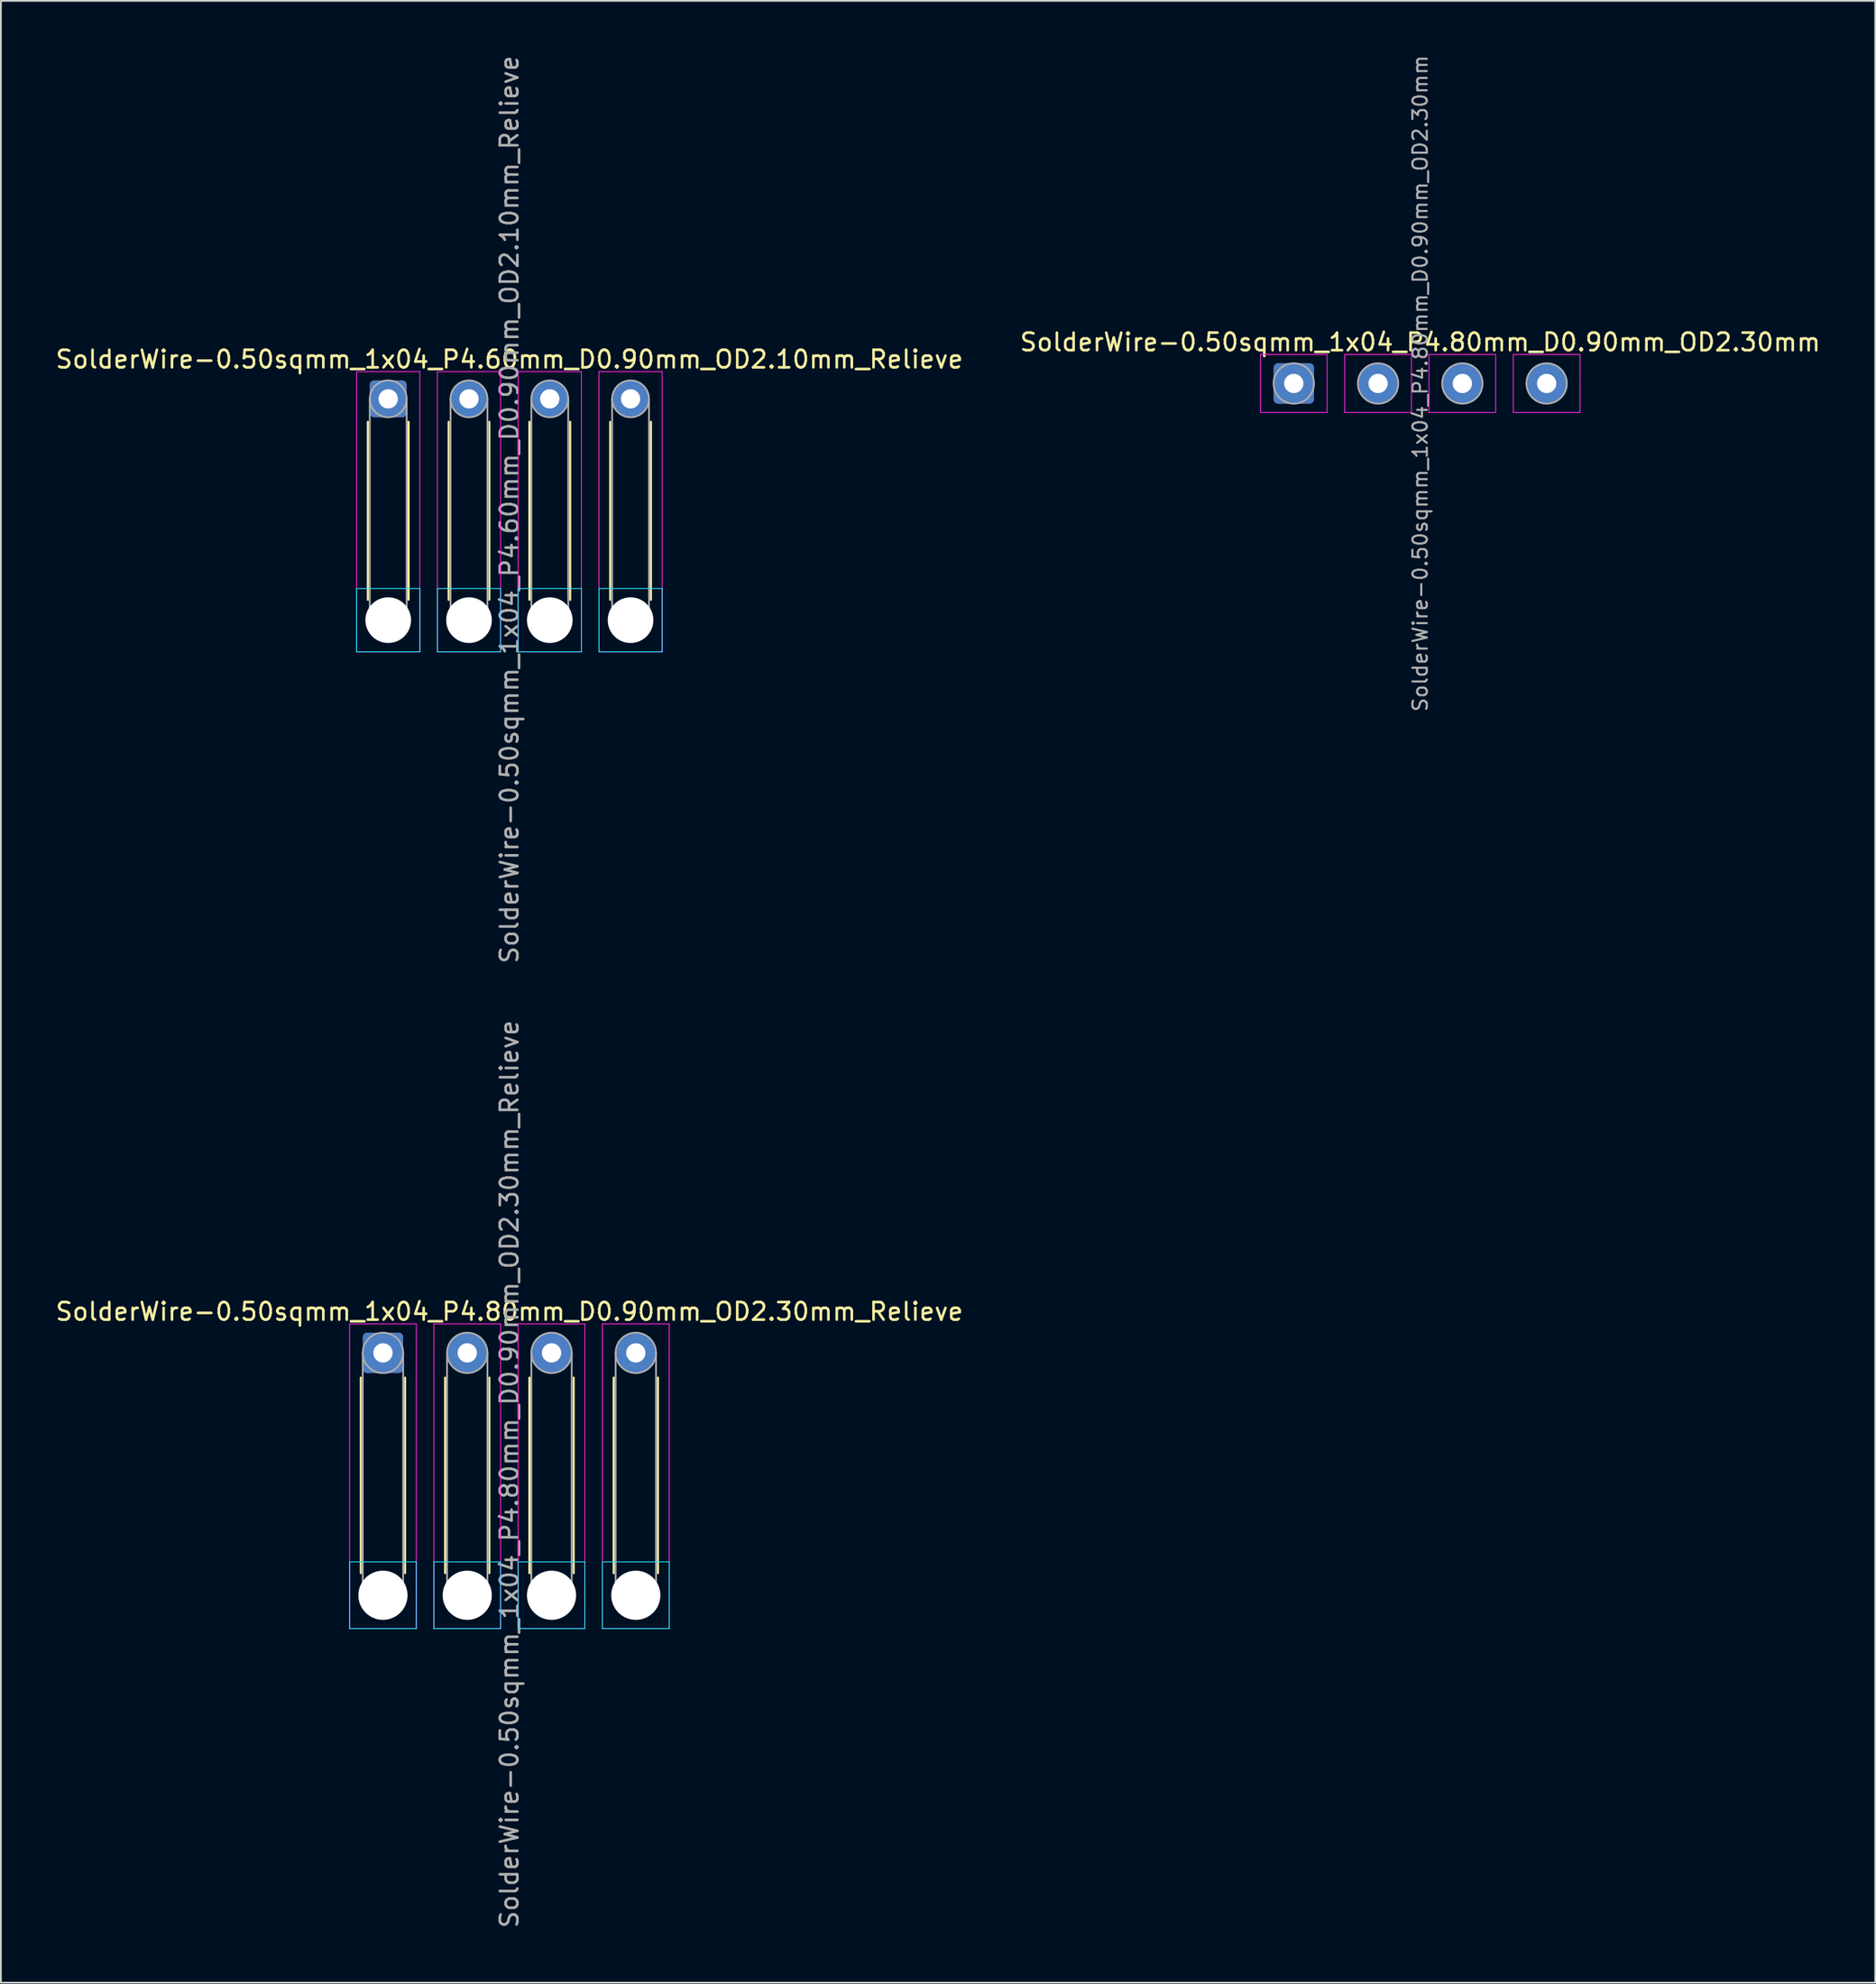
<source format=kicad_pcb>
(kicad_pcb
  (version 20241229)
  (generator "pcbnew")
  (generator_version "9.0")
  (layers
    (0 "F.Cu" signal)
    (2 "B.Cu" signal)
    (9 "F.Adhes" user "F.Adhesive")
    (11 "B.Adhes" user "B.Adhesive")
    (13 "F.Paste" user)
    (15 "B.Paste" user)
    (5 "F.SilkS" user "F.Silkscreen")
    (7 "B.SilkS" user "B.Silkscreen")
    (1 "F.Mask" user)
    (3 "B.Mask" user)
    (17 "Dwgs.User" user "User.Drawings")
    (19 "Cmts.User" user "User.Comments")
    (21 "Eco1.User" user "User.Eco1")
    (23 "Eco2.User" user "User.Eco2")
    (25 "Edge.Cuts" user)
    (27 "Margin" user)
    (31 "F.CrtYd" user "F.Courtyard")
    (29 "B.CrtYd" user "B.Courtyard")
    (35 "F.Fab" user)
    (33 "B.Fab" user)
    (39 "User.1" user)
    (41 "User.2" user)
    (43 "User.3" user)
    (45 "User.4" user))
  (footprint "SolderWire-0.50sqmm_1x04_P4.60mm_D0.90mm_OD2.10mm_Relieve"
    (layer "F.Cu")
    (at 19.058 19.658)
    (property "Reference" "SolderWire-0.50sqmm_1x04_P4.60mm_D0.90mm_OD2.10mm_Relieve" (at 6.9 -2.25 0) (layer "F.SilkS") (effects (font (size 1 1) (thickness 0.15))))
    (attr exclude_from_pos_files exclude_from_bom)
    (fp_line (start -1.16 1.31) (end -1.16 11.44) (stroke (width 0.12) (type solid)) (layer "F.SilkS"))
    (fp_line (start 1.16 1.31) (end 1.16 11.44) (stroke (width 0.12) (type solid)) (layer "F.SilkS"))
    (fp_line (start 3.44 1.31) (end 3.44 11.44) (stroke (width 0.12) (type solid)) (layer "F.SilkS"))
    (fp_line (start 5.76 1.31) (end 5.76 11.44) (stroke (width 0.12) (type solid)) (layer "F.SilkS"))
    (fp_line (start 8.04 1.31) (end 8.04 11.44) (stroke (width 0.12) (type solid)) (layer "F.SilkS"))
    (fp_line (start 10.36 1.31) (end 10.36 11.44) (stroke (width 0.12) (type solid)) (layer "F.SilkS"))
    (fp_line (start 12.64 1.31) (end 12.64 11.44) (stroke (width 0.12) (type solid)) (layer "F.SilkS"))
    (fp_line (start 14.96 1.31) (end 14.96 11.44) (stroke (width 0.12) (type solid)) (layer "F.SilkS"))
    (fp_line (start -1.8 10.8) (end -1.8 14.4) (stroke (width 0.05) (type solid)) (layer "B.CrtYd"))
    (fp_line (start -1.8 14.4) (end 1.8 14.4) (stroke (width 0.05) (type solid)) (layer "B.CrtYd"))
    (fp_line (start 1.8 10.8) (end -1.8 10.8) (stroke (width 0.05) (type solid)) (layer "B.CrtYd"))
    (fp_line (start 1.8 14.4) (end 1.8 10.8) (stroke (width 0.05) (type solid)) (layer "B.CrtYd"))
    (fp_line (start 2.8 10.8) (end 2.8 14.4) (stroke (width 0.05) (type solid)) (layer "B.CrtYd"))
    (fp_line (start 2.8 14.4) (end 6.4 14.4) (stroke (width 0.05) (type solid)) (layer "B.CrtYd"))
    (fp_line (start 6.4 10.8) (end 2.8 10.8) (stroke (width 0.05) (type solid)) (layer "B.CrtYd"))
    (fp_line (start 6.4 14.4) (end 6.4 10.8) (stroke (width 0.05) (type solid)) (layer "B.CrtYd"))
    (fp_line (start 7.4 10.8) (end 7.4 14.4) (stroke (width 0.05) (type solid)) (layer "B.CrtYd"))
    (fp_line (start 7.4 14.4) (end 11 14.4) (stroke (width 0.05) (type solid)) (layer "B.CrtYd"))
    (fp_line (start 11 10.8) (end 7.4 10.8) (stroke (width 0.05) (type solid)) (layer "B.CrtYd"))
    (fp_line (start 11 14.4) (end 11 10.8) (stroke (width 0.05) (type solid)) (layer "B.CrtYd"))
    (fp_line (start 12 10.8) (end 12 14.4) (stroke (width 0.05) (type solid)) (layer "B.CrtYd"))
    (fp_line (start 12 14.4) (end 15.6 14.4) (stroke (width 0.05) (type solid)) (layer "B.CrtYd"))
    (fp_line (start 15.6 10.8) (end 12 10.8) (stroke (width 0.05) (type solid)) (layer "B.CrtYd"))
    (fp_line (start 15.6 14.4) (end 15.6 10.8) (stroke (width 0.05) (type solid)) (layer "B.CrtYd"))
    (fp_line (start -1.8 -1.55) (end -1.8 14.4) (stroke (width 0.05) (type solid)) (layer "F.CrtYd"))
    (fp_line (start -1.8 14.4) (end 1.8 14.4) (stroke (width 0.05) (type solid)) (layer "F.CrtYd"))
    (fp_line (start 1.8 -1.55) (end -1.8 -1.55) (stroke (width 0.05) (type solid)) (layer "F.CrtYd"))
    (fp_line (start 1.8 14.4) (end 1.8 -1.55) (stroke (width 0.05) (type solid)) (layer "F.CrtYd"))
    (fp_line (start 2.8 -1.55) (end 2.8 14.4) (stroke (width 0.05) (type solid)) (layer "F.CrtYd"))
    (fp_line (start 2.8 14.4) (end 6.4 14.4) (stroke (width 0.05) (type solid)) (layer "F.CrtYd"))
    (fp_line (start 6.4 -1.55) (end 2.8 -1.55) (stroke (width 0.05) (type solid)) (layer "F.CrtYd"))
    (fp_line (start 6.4 14.4) (end 6.4 -1.55) (stroke (width 0.05) (type solid)) (layer "F.CrtYd"))
    (fp_line (start 7.4 -1.55) (end 7.4 14.4) (stroke (width 0.05) (type solid)) (layer "F.CrtYd"))
    (fp_line (start 7.4 14.4) (end 11 14.4) (stroke (width 0.05) (type solid)) (layer "F.CrtYd"))
    (fp_line (start 11 -1.55) (end 7.4 -1.55) (stroke (width 0.05) (type solid)) (layer "F.CrtYd"))
    (fp_line (start 11 14.4) (end 11 -1.55) (stroke (width 0.05) (type solid)) (layer "F.CrtYd"))
    (fp_line (start 12 -1.55) (end 12 14.4) (stroke (width 0.05) (type solid)) (layer "F.CrtYd"))
    (fp_line (start 12 14.4) (end 15.6 14.4) (stroke (width 0.05) (type solid)) (layer "F.CrtYd"))
    (fp_line (start 15.6 -1.55) (end 12 -1.55) (stroke (width 0.05) (type solid)) (layer "F.CrtYd"))
    (fp_line (start 15.6 14.4) (end 15.6 -1.55) (stroke (width 0.05) (type solid)) (layer "F.CrtYd"))
    (fp_line (start -1.05 0) (end -1.05 12.6) (stroke (width 0.1) (type solid)) (layer "F.Fab"))
    (fp_line (start 1.05 0) (end 1.05 12.6) (stroke (width 0.1) (type solid)) (layer "F.Fab"))
    (fp_line (start 3.55 0) (end 3.55 12.6) (stroke (width 0.1) (type solid)) (layer "F.Fab"))
    (fp_line (start 5.65 0) (end 5.65 12.6) (stroke (width 0.1) (type solid)) (layer "F.Fab"))
    (fp_line (start 8.15 0) (end 8.15 12.6) (stroke (width 0.1) (type solid)) (layer "F.Fab"))
    (fp_line (start 10.25 0) (end 10.25 12.6) (stroke (width 0.1) (type solid)) (layer "F.Fab"))
    (fp_line (start 12.75 0) (end 12.75 12.6) (stroke (width 0.1) (type solid)) (layer "F.Fab"))
    (fp_line (start 14.85 0) (end 14.85 12.6) (stroke (width 0.1) (type solid)) (layer "F.Fab"))
    (fp_circle (center 0 0) (end 1.05 0) (stroke (width 0.1) (type solid)) (fill no) (layer "F.Fab"))
    (fp_circle (center 0 12.6) (end 1.05 12.6) (stroke (width 0.1) (type solid)) (fill no) (layer "F.Fab"))
    (fp_circle (center 4.6 0) (end 5.65 0) (stroke (width 0.1) (type solid)) (fill no) (layer "F.Fab"))
    (fp_circle (center 4.6 12.6) (end 5.65 12.6) (stroke (width 0.1) (type solid)) (fill no) (layer "F.Fab"))
    (fp_circle (center 9.2 0) (end 10.25 0) (stroke (width 0.1) (type solid)) (fill no) (layer "F.Fab"))
    (fp_circle (center 9.2 12.6) (end 10.25 12.6) (stroke (width 0.1) (type solid)) (fill no) (layer "F.Fab"))
    (fp_circle (center 13.8 0) (end 14.85 0) (stroke (width 0.1) (type solid)) (fill no) (layer "F.Fab"))
    (fp_circle (center 13.8 12.6) (end 14.85 12.6) (stroke (width 0.1) (type solid)) (fill no) (layer "F.Fab"))
    (fp_text user "${REFERENCE}" (at 6.9 6.3 90) (layer "F.Fab") (effects (font (size 1 1) (thickness 0.15))))
    (pad "" np_thru_hole circle (at 0 12.6) (size 2.6 2.6) (drill 2.6) (layers "*.Cu" "*.Mask"))
    (pad "" np_thru_hole circle (at 4.6 12.6) (size 2.6 2.6) (drill 2.6) (layers "*.Cu" "*.Mask"))
    (pad "" np_thru_hole circle (at 9.2 12.6) (size 2.6 2.6) (drill 2.6) (layers "*.Cu" "*.Mask"))
    (pad "" np_thru_hole circle (at 13.8 12.6) (size 2.6 2.6) (drill 2.6) (layers "*.Cu" "*.Mask"))
    (pad "1" thru_hole roundrect (at 0 0) (size 2.1 2.1) (drill 1.1) (layers "*.Cu" "*.Mask") (roundrect_rratio 0.119))
    (pad "2" thru_hole circle (at 4.6 0) (size 2.1 2.1) (drill 1.1) (layers "*.Cu" "*.Mask"))
    (pad "3" thru_hole circle (at 9.2 0) (size 2.1 2.1) (drill 1.1) (layers "*.Cu" "*.Mask"))
    (pad "4" thru_hole circle (at 13.8 0) (size 2.1 2.1) (drill 1.1) (layers "*.Cu" "*.Mask")))
  (footprint "SolderWire-0.50sqmm_1x04_P4.80mm_D0.90mm_OD2.30mm_Relieve"
    (layer "F.Cu")
    (at 18.758 73.975)
    (property "Reference" "SolderWire-0.50sqmm_1x04_P4.80mm_D0.90mm_OD2.30mm_Relieve" (at 7.2 -2.35 0) (layer "F.SilkS") (effects (font (size 1 1) (thickness 0.15))))
    (attr exclude_from_pos_files exclude_from_bom)
    (fp_line (start -1.26 1.41) (end -1.26 12.54) (stroke (width 0.12) (type solid)) (layer "F.SilkS"))
    (fp_line (start 1.26 1.41) (end 1.26 12.54) (stroke (width 0.12) (type solid)) (layer "F.SilkS"))
    (fp_line (start 3.54 1.41) (end 3.54 12.54) (stroke (width 0.12) (type solid)) (layer "F.SilkS"))
    (fp_line (start 6.06 1.41) (end 6.06 12.54) (stroke (width 0.12) (type solid)) (layer "F.SilkS"))
    (fp_line (start 8.34 1.41) (end 8.34 12.54) (stroke (width 0.12) (type solid)) (layer "F.SilkS"))
    (fp_line (start 10.86 1.41) (end 10.86 12.54) (stroke (width 0.12) (type solid)) (layer "F.SilkS"))
    (fp_line (start 13.14 1.41) (end 13.14 12.54) (stroke (width 0.12) (type solid)) (layer "F.SilkS"))
    (fp_line (start 15.66 1.41) (end 15.66 12.54) (stroke (width 0.12) (type solid)) (layer "F.SilkS"))
    (fp_line (start -1.9 11.9) (end -1.9 15.7) (stroke (width 0.05) (type solid)) (layer "B.CrtYd"))
    (fp_line (start -1.9 15.7) (end 1.9 15.7) (stroke (width 0.05) (type solid)) (layer "B.CrtYd"))
    (fp_line (start 1.9 11.9) (end -1.9 11.9) (stroke (width 0.05) (type solid)) (layer "B.CrtYd"))
    (fp_line (start 1.9 15.7) (end 1.9 11.9) (stroke (width 0.05) (type solid)) (layer "B.CrtYd"))
    (fp_line (start 2.9 11.9) (end 2.9 15.7) (stroke (width 0.05) (type solid)) (layer "B.CrtYd"))
    (fp_line (start 2.9 15.7) (end 6.7 15.7) (stroke (width 0.05) (type solid)) (layer "B.CrtYd"))
    (fp_line (start 6.7 11.9) (end 2.9 11.9) (stroke (width 0.05) (type solid)) (layer "B.CrtYd"))
    (fp_line (start 6.7 15.7) (end 6.7 11.9) (stroke (width 0.05) (type solid)) (layer "B.CrtYd"))
    (fp_line (start 7.7 11.9) (end 7.7 15.7) (stroke (width 0.05) (type solid)) (layer "B.CrtYd"))
    (fp_line (start 7.7 15.7) (end 11.5 15.7) (stroke (width 0.05) (type solid)) (layer "B.CrtYd"))
    (fp_line (start 11.5 11.9) (end 7.7 11.9) (stroke (width 0.05) (type solid)) (layer "B.CrtYd"))
    (fp_line (start 11.5 15.7) (end 11.5 11.9) (stroke (width 0.05) (type solid)) (layer "B.CrtYd"))
    (fp_line (start 12.5 11.9) (end 12.5 15.7) (stroke (width 0.05) (type solid)) (layer "B.CrtYd"))
    (fp_line (start 12.5 15.7) (end 16.3 15.7) (stroke (width 0.05) (type solid)) (layer "B.CrtYd"))
    (fp_line (start 16.3 11.9) (end 12.5 11.9) (stroke (width 0.05) (type solid)) (layer "B.CrtYd"))
    (fp_line (start 16.3 15.7) (end 16.3 11.9) (stroke (width 0.05) (type solid)) (layer "B.CrtYd"))
    (fp_line (start -1.9 -1.65) (end -1.9 15.7) (stroke (width 0.05) (type solid)) (layer "F.CrtYd"))
    (fp_line (start -1.9 15.7) (end 1.9 15.7) (stroke (width 0.05) (type solid)) (layer "F.CrtYd"))
    (fp_line (start 1.9 -1.65) (end -1.9 -1.65) (stroke (width 0.05) (type solid)) (layer "F.CrtYd"))
    (fp_line (start 1.9 15.7) (end 1.9 -1.65) (stroke (width 0.05) (type solid)) (layer "F.CrtYd"))
    (fp_line (start 2.9 -1.65) (end 2.9 15.7) (stroke (width 0.05) (type solid)) (layer "F.CrtYd"))
    (fp_line (start 2.9 15.7) (end 6.7 15.7) (stroke (width 0.05) (type solid)) (layer "F.CrtYd"))
    (fp_line (start 6.7 -1.65) (end 2.9 -1.65) (stroke (width 0.05) (type solid)) (layer "F.CrtYd"))
    (fp_line (start 6.7 15.7) (end 6.7 -1.65) (stroke (width 0.05) (type solid)) (layer "F.CrtYd"))
    (fp_line (start 7.7 -1.65) (end 7.7 15.7) (stroke (width 0.05) (type solid)) (layer "F.CrtYd"))
    (fp_line (start 7.7 15.7) (end 11.5 15.7) (stroke (width 0.05) (type solid)) (layer "F.CrtYd"))
    (fp_line (start 11.5 -1.65) (end 7.7 -1.65) (stroke (width 0.05) (type solid)) (layer "F.CrtYd"))
    (fp_line (start 11.5 15.7) (end 11.5 -1.65) (stroke (width 0.05) (type solid)) (layer "F.CrtYd"))
    (fp_line (start 12.5 -1.65) (end 12.5 15.7) (stroke (width 0.05) (type solid)) (layer "F.CrtYd"))
    (fp_line (start 12.5 15.7) (end 16.3 15.7) (stroke (width 0.05) (type solid)) (layer "F.CrtYd"))
    (fp_line (start 16.3 -1.65) (end 12.5 -1.65) (stroke (width 0.05) (type solid)) (layer "F.CrtYd"))
    (fp_line (start 16.3 15.7) (end 16.3 -1.65) (stroke (width 0.05) (type solid)) (layer "F.CrtYd"))
    (fp_line (start -1.15 0) (end -1.15 13.8) (stroke (width 0.1) (type solid)) (layer "F.Fab"))
    (fp_line (start 1.15 0) (end 1.15 13.8) (stroke (width 0.1) (type solid)) (layer "F.Fab"))
    (fp_line (start 3.65 0) (end 3.65 13.8) (stroke (width 0.1) (type solid)) (layer "F.Fab"))
    (fp_line (start 5.95 0) (end 5.95 13.8) (stroke (width 0.1) (type solid)) (layer "F.Fab"))
    (fp_line (start 8.45 0) (end 8.45 13.8) (stroke (width 0.1) (type solid)) (layer "F.Fab"))
    (fp_line (start 10.75 0) (end 10.75 13.8) (stroke (width 0.1) (type solid)) (layer "F.Fab"))
    (fp_line (start 13.25 0) (end 13.25 13.8) (stroke (width 0.1) (type solid)) (layer "F.Fab"))
    (fp_line (start 15.55 0) (end 15.55 13.8) (stroke (width 0.1) (type solid)) (layer "F.Fab"))
    (fp_circle (center 0 0) (end 1.15 0) (stroke (width 0.1) (type solid)) (fill no) (layer "F.Fab"))
    (fp_circle (center 0 13.8) (end 1.15 13.8) (stroke (width 0.1) (type solid)) (fill no) (layer "F.Fab"))
    (fp_circle (center 4.8 0) (end 5.95 0) (stroke (width 0.1) (type solid)) (fill no) (layer "F.Fab"))
    (fp_circle (center 4.8 13.8) (end 5.95 13.8) (stroke (width 0.1) (type solid)) (fill no) (layer "F.Fab"))
    (fp_circle (center 9.6 0) (end 10.75 0) (stroke (width 0.1) (type solid)) (fill no) (layer "F.Fab"))
    (fp_circle (center 9.6 13.8) (end 10.75 13.8) (stroke (width 0.1) (type solid)) (fill no) (layer "F.Fab"))
    (fp_circle (center 14.4 0) (end 15.55 0) (stroke (width 0.1) (type solid)) (fill no) (layer "F.Fab"))
    (fp_circle (center 14.4 13.8) (end 15.55 13.8) (stroke (width 0.1) (type solid)) (fill no) (layer "F.Fab"))
    (fp_text user "${REFERENCE}" (at 7.2 6.9 90) (layer "F.Fab") (effects (font (size 1 1) (thickness 0.15))))
    (pad "" np_thru_hole circle (at 0 13.8) (size 2.8 2.8) (drill 2.8) (layers "*.Cu" "*.Mask"))
    (pad "" np_thru_hole circle (at 4.8 13.8) (size 2.8 2.8) (drill 2.8) (layers "*.Cu" "*.Mask"))
    (pad "" np_thru_hole circle (at 9.6 13.8) (size 2.8 2.8) (drill 2.8) (layers "*.Cu" "*.Mask"))
    (pad "" np_thru_hole circle (at 14.4 13.8) (size 2.8 2.8) (drill 2.8) (layers "*.Cu" "*.Mask"))
    (pad "1" thru_hole roundrect (at 0 0) (size 2.3 2.3) (drill 1.1) (layers "*.Cu" "*.Mask") (roundrect_rratio 0.109))
    (pad "2" thru_hole circle (at 4.8 0) (size 2.3 2.3) (drill 1.1) (layers "*.Cu" "*.Mask"))
    (pad "3" thru_hole circle (at 9.6 0) (size 2.3 2.3) (drill 1.1) (layers "*.Cu" "*.Mask"))
    (pad "4" thru_hole circle (at 14.4 0) (size 2.3 2.3) (drill 1.1) (layers "*.Cu" "*.Mask")))
  (footprint "SolderWire-0.50sqmm_1x04_P4.80mm_D0.90mm_OD2.30mm"
    (layer "F.Cu")
    (at 70.627 18.782)
    (property "Reference" "SolderWire-0.50sqmm_1x04_P4.80mm_D0.90mm_OD2.30mm" (at 7.2 -2.35 0) (layer "F.SilkS") (effects (font (size 1 1) (thickness 0.15))))
    (attr exclude_from_pos_files exclude_from_bom)
    (fp_line (start -1.9 -1.65) (end -1.9 1.65) (stroke (width 0.05) (type solid)) (layer "F.CrtYd"))
    (fp_line (start -1.9 1.65) (end 1.9 1.65) (stroke (width 0.05) (type solid)) (layer "F.CrtYd"))
    (fp_line (start 1.9 -1.65) (end -1.9 -1.65) (stroke (width 0.05) (type solid)) (layer "F.CrtYd"))
    (fp_line (start 1.9 1.65) (end 1.9 -1.65) (stroke (width 0.05) (type solid)) (layer "F.CrtYd"))
    (fp_line (start 2.9 -1.65) (end 2.9 1.65) (stroke (width 0.05) (type solid)) (layer "F.CrtYd"))
    (fp_line (start 2.9 1.65) (end 6.7 1.65) (stroke (width 0.05) (type solid)) (layer "F.CrtYd"))
    (fp_line (start 6.7 -1.65) (end 2.9 -1.65) (stroke (width 0.05) (type solid)) (layer "F.CrtYd"))
    (fp_line (start 6.7 1.65) (end 6.7 -1.65) (stroke (width 0.05) (type solid)) (layer "F.CrtYd"))
    (fp_line (start 7.7 -1.65) (end 7.7 1.65) (stroke (width 0.05) (type solid)) (layer "F.CrtYd"))
    (fp_line (start 7.7 1.65) (end 11.5 1.65) (stroke (width 0.05) (type solid)) (layer "F.CrtYd"))
    (fp_line (start 11.5 -1.65) (end 7.7 -1.65) (stroke (width 0.05) (type solid)) (layer "F.CrtYd"))
    (fp_line (start 11.5 1.65) (end 11.5 -1.65) (stroke (width 0.05) (type solid)) (layer "F.CrtYd"))
    (fp_line (start 12.5 -1.65) (end 12.5 1.65) (stroke (width 0.05) (type solid)) (layer "F.CrtYd"))
    (fp_line (start 12.5 1.65) (end 16.3 1.65) (stroke (width 0.05) (type solid)) (layer "F.CrtYd"))
    (fp_line (start 16.3 -1.65) (end 12.5 -1.65) (stroke (width 0.05) (type solid)) (layer "F.CrtYd"))
    (fp_line (start 16.3 1.65) (end 16.3 -1.65) (stroke (width 0.05) (type solid)) (layer "F.CrtYd"))
    (fp_circle (center 0 0) (end 1.15 0) (stroke (width 0.1) (type solid)) (fill no) (layer "F.Fab"))
    (fp_circle (center 4.8 0) (end 5.95 0) (stroke (width 0.1) (type solid)) (fill no) (layer "F.Fab"))
    (fp_circle (center 9.6 0) (end 10.75 0) (stroke (width 0.1) (type solid)) (fill no) (layer "F.Fab"))
    (fp_circle (center 14.4 0) (end 15.55 0) (stroke (width 0.1) (type solid)) (fill no) (layer "F.Fab"))
    (fp_text user "${REFERENCE}" (at 7.2 0 90) (layer "F.Fab") (effects (font (size 0.82 0.82) (thickness 0.12))))
    (pad "1" thru_hole roundrect (at 0 0) (size 2.3 2.3) (drill 1.1) (layers "*.Cu" "*.Mask") (roundrect_rratio 0.109))
    (pad "2" thru_hole circle (at 4.8 0) (size 2.3 2.3) (drill 1.1) (layers "*.Cu" "*.Mask"))
    (pad "3" thru_hole circle (at 9.6 0) (size 2.3 2.3) (drill 1.1) (layers "*.Cu" "*.Mask"))
    (pad "4" thru_hole circle (at 14.4 0) (size 2.3 2.3) (drill 1.1) (layers "*.Cu" "*.Mask")))
  (gr_rect
    (start -3 -3)
    (end 103.738 109.833)
    (stroke (width 0.1) (type default))
    (fill no)
    (layer "Edge.Cuts")))
</source>
